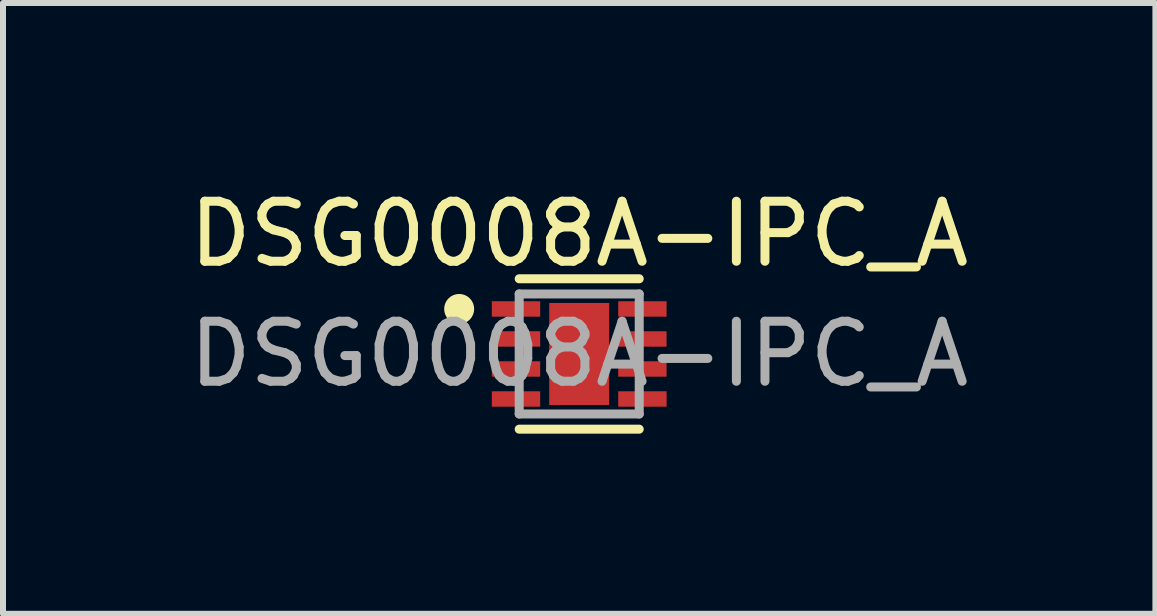
<source format=kicad_pcb>
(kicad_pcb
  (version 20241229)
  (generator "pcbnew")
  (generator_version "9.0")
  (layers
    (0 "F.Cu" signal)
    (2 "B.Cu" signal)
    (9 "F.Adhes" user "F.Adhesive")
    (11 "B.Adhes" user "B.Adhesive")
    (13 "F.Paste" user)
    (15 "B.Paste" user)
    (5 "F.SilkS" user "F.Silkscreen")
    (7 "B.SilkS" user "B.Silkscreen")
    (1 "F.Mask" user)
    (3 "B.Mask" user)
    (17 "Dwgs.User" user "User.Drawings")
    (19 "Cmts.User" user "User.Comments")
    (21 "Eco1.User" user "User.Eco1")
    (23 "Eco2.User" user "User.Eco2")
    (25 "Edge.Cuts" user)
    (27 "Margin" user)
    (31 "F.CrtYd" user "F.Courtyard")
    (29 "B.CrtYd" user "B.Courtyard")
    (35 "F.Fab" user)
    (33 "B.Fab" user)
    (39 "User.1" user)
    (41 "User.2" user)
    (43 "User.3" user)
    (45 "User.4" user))
  (footprint "DSG0008A-IPC_A"
    (layer "F.Cu")
    (at 6.601 2.848)
    (property "Reference" "DSG0008A-IPC_A" (at 0 -2 0) (unlocked yes) (layer "F.SilkS") (effects (font (size 1 1) (thickness 0.15))))
    (attr smd)
    (fp_line (start -1 -1.253) (end 1 -1.253) (stroke (width 0.15) (type solid)) (layer "F.SilkS"))
    (fp_line (start -1 1.253) (end 1 1.253) (stroke (width 0.15) (type solid)) (layer "F.SilkS"))
    (fp_circle (center -2 -0.75) (end -1.875 -0.75) (stroke (width 0.25) (type solid)) (fill no) (layer "F.SilkS"))
    (fp_poly (pts (xy -0.273 0.623) (xy 0.273 0.623) (xy 0.273 -0.623) (xy -0.273 -0.623)) (stroke (width 0) (type solid)) (fill yes) (layer "F.Paste"))
    (fp_line (start -1 -1) (end 1 -1) (stroke (width 0.15) (type solid)) (layer "F.Fab"))
    (fp_line (start -1 1) (end -1 -1) (stroke (width 0.15) (type solid)) (layer "F.Fab"))
    (fp_line (start -1 1) (end 1 1) (stroke (width 0.15) (type solid)) (layer "F.Fab"))
    (fp_line (start 1 1) (end 1 -1) (stroke (width 0.15) (type solid)) (layer "F.Fab"))
    (fp_text user "${REFERENCE}" (at 0 0 0) (unlocked yes) (layer "F.Fab") (effects (font (size 1 1) (thickness 0.15))))
    (pad "1" smd rect (at -1.053 -0.75) (size 0.806 0.257) (layers "F.Cu" "F.Mask" "F.Paste"))
    (pad "2" smd rect (at -1.053 -0.25) (size 0.806 0.257) (layers "F.Cu" "F.Mask" "F.Paste"))
    (pad "3" smd rect (at -1.053 0.25) (size 0.806 0.257) (layers "F.Cu" "F.Mask" "F.Paste"))
    (pad "4" smd rect (at -1.053 0.75) (size 0.806 0.257) (layers "F.Cu" "F.Mask" "F.Paste"))
    (pad "5" smd rect (at 1.053 0.75) (size 0.806 0.257) (layers "F.Cu" "F.Mask" "F.Paste"))
    (pad "6" smd rect (at 1.053 0.25) (size 0.806 0.257) (layers "F.Cu" "F.Mask" "F.Paste"))
    (pad "7" smd rect (at 1.053 -0.25) (size 0.806 0.257) (layers "F.Cu" "F.Mask" "F.Paste"))
    (pad "8" smd rect (at 1.053 -0.75) (size 0.806 0.257) (layers "F.Cu" "F.Mask" "F.Paste"))
    (pad "9" smd rect (at 0 0) (size 1 1.7) (layers "F.Cu" "F.Mask")))
  (gr_rect
    (start -3 -3)
    (end 16.202 7.177)
    (stroke (width 0.1) (type default))
    (fill no)
    (layer "Edge.Cuts")))
</source>
